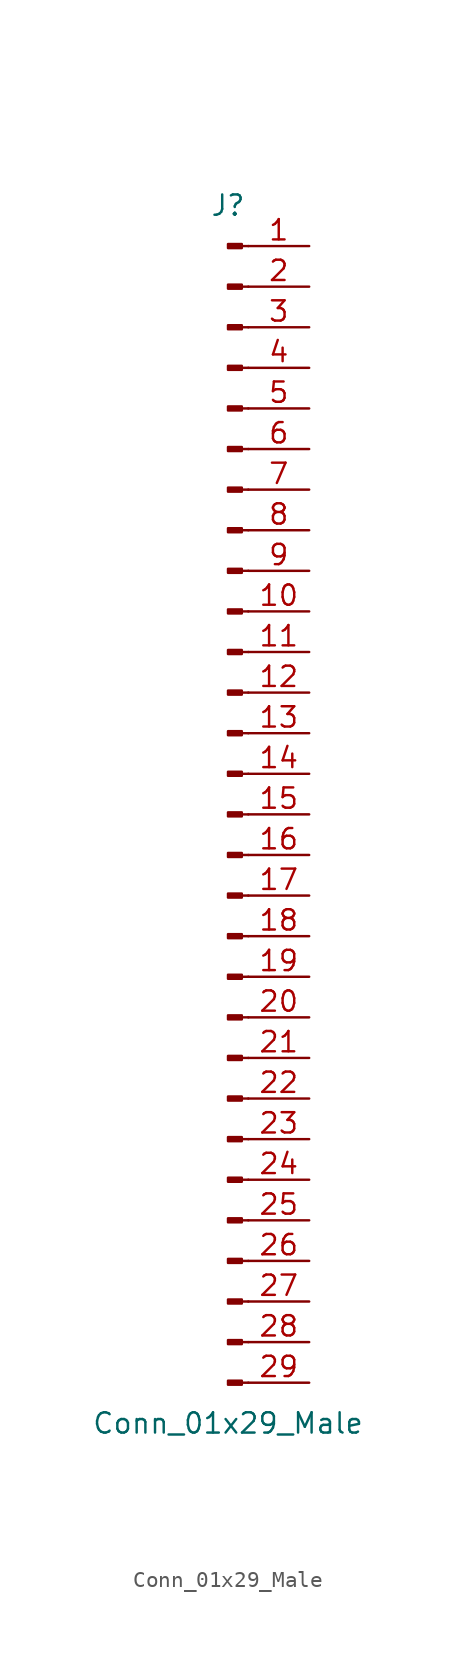
<source format=kicad_sym>
(kicad_symbol_lib
  (version 20220914)
  (generator kicad_symbol_editor)
  (symbol "Conn_01x29_Male"
    (pin_names
      (offset 1.016) hide)
    (property "Reference" "J"
      (at 0 38.1 0)
      (effects (font (size 1.27 1.27))))
    (property "Value" "Conn_01x29_Male"
      (at 0 -38.1 0)
      (effects (font (size 1.27 1.27))))
    (symbol "Conn_01x29_Male_1_1"
      (polyline (pts (xy 1.27 -35.56) (xy 0.864 -35.56)) (stroke (width 0.152) (type default)) (fill (type none)))
      (polyline (pts (xy 1.27 -33.02) (xy 0.864 -33.02)) (stroke (width 0.152) (type default)) (fill (type none)))
      (polyline (pts (xy 1.27 -30.48) (xy 0.864 -30.48)) (stroke (width 0.152) (type default)) (fill (type none)))
      (polyline (pts (xy 1.27 -27.94) (xy 0.864 -27.94)) (stroke (width 0.152) (type default)) (fill (type none)))
      (polyline (pts (xy 1.27 -25.4) (xy 0.864 -25.4)) (stroke (width 0.152) (type default)) (fill (type none)))
      (polyline (pts (xy 1.27 -22.86) (xy 0.864 -22.86)) (stroke (width 0.152) (type default)) (fill (type none)))
      (polyline (pts (xy 1.27 -20.32) (xy 0.864 -20.32)) (stroke (width 0.152) (type default)) (fill (type none)))
      (polyline (pts (xy 1.27 -17.78) (xy 0.864 -17.78)) (stroke (width 0.152) (type default)) (fill (type none)))
      (polyline (pts (xy 1.27 -15.24) (xy 0.864 -15.24)) (stroke (width 0.152) (type default)) (fill (type none)))
      (polyline (pts (xy 1.27 -12.7) (xy 0.864 -12.7)) (stroke (width 0.152) (type default)) (fill (type none)))
      (polyline (pts (xy 1.27 -10.16) (xy 0.864 -10.16)) (stroke (width 0.152) (type default)) (fill (type none)))
      (polyline (pts (xy 1.27 -7.62) (xy 0.864 -7.62)) (stroke (width 0.152) (type default)) (fill (type none)))
      (polyline (pts (xy 1.27 -5.08) (xy 0.864 -5.08)) (stroke (width 0.152) (type default)) (fill (type none)))
      (polyline (pts (xy 1.27 -2.54) (xy 0.864 -2.54)) (stroke (width 0.152) (type default)) (fill (type none)))
      (polyline (pts (xy 1.27 0) (xy 0.864 0)) (stroke (width 0.152) (type default)) (fill (type none)))
      (polyline (pts (xy 1.27 2.54) (xy 0.864 2.54)) (stroke (width 0.152) (type default)) (fill (type none)))
      (polyline (pts (xy 1.27 5.08) (xy 0.864 5.08)) (stroke (width 0.152) (type default)) (fill (type none)))
      (polyline (pts (xy 1.27 7.62) (xy 0.864 7.62)) (stroke (width 0.152) (type default)) (fill (type none)))
      (polyline (pts (xy 1.27 10.16) (xy 0.864 10.16)) (stroke (width 0.152) (type default)) (fill (type none)))
      (polyline (pts (xy 1.27 12.7) (xy 0.864 12.7)) (stroke (width 0.152) (type default)) (fill (type none)))
      (polyline (pts (xy 1.27 15.24) (xy 0.864 15.24)) (stroke (width 0.152) (type default)) (fill (type none)))
      (polyline (pts (xy 1.27 17.78) (xy 0.864 17.78)) (stroke (width 0.152) (type default)) (fill (type none)))
      (polyline (pts (xy 1.27 20.32) (xy 0.864 20.32)) (stroke (width 0.152) (type default)) (fill (type none)))
      (polyline (pts (xy 1.27 22.86) (xy 0.864 22.86)) (stroke (width 0.152) (type default)) (fill (type none)))
      (polyline (pts (xy 1.27 25.4) (xy 0.864 25.4)) (stroke (width 0.152) (type default)) (fill (type none)))
      (polyline (pts (xy 1.27 27.94) (xy 0.864 27.94)) (stroke (width 0.152) (type default)) (fill (type none)))
      (polyline (pts (xy 1.27 30.48) (xy 0.864 30.48)) (stroke (width 0.152) (type default)) (fill (type none)))
      (polyline (pts (xy 1.27 33.02) (xy 0.864 33.02)) (stroke (width 0.152) (type default)) (fill (type none)))
      (polyline (pts (xy 1.27 35.56) (xy 0.864 35.56)) (stroke (width 0.152) (type default)) (fill (type none)))
      (rectangle (start 0.864 -35.433) (end 0 -35.687) (stroke (width 0.152) (type default)) (fill (type outline)))
      (rectangle (start 0.864 -32.893) (end 0 -33.147) (stroke (width 0.152) (type default)) (fill (type outline)))
      (rectangle (start 0.864 -30.353) (end 0 -30.607) (stroke (width 0.152) (type default)) (fill (type outline)))
      (rectangle (start 0.864 -27.813) (end 0 -28.067) (stroke (width 0.152) (type default)) (fill (type outline)))
      (rectangle (start 0.864 -25.273) (end 0 -25.527) (stroke (width 0.152) (type default)) (fill (type outline)))
      (rectangle (start 0.864 -22.733) (end 0 -22.987) (stroke (width 0.152) (type default)) (fill (type outline)))
      (rectangle (start 0.864 -20.193) (end 0 -20.447) (stroke (width 0.152) (type default)) (fill (type outline)))
      (rectangle (start 0.864 -17.653) (end 0 -17.907) (stroke (width 0.152) (type default)) (fill (type outline)))
      (rectangle (start 0.864 -15.113) (end 0 -15.367) (stroke (width 0.152) (type default)) (fill (type outline)))
      (rectangle (start 0.864 -12.573) (end 0 -12.827) (stroke (width 0.152) (type default)) (fill (type outline)))
      (rectangle (start 0.864 -10.033) (end 0 -10.287) (stroke (width 0.152) (type default)) (fill (type outline)))
      (rectangle (start 0.864 -7.493) (end 0 -7.747) (stroke (width 0.152) (type default)) (fill (type outline)))
      (rectangle (start 0.864 -4.953) (end 0 -5.207) (stroke (width 0.152) (type default)) (fill (type outline)))
      (rectangle (start 0.864 -2.413) (end 0 -2.667) (stroke (width 0.152) (type default)) (fill (type outline)))
      (rectangle (start 0.864 0.127) (end 0 -0.127) (stroke (width 0.152) (type default)) (fill (type outline)))
      (rectangle (start 0.864 2.667) (end 0 2.413) (stroke (width 0.152) (type default)) (fill (type outline)))
      (rectangle (start 0.864 5.207) (end 0 4.953) (stroke (width 0.152) (type default)) (fill (type outline)))
      (rectangle (start 0.864 7.747) (end 0 7.493) (stroke (width 0.152) (type default)) (fill (type outline)))
      (rectangle (start 0.864 10.287) (end 0 10.033) (stroke (width 0.152) (type default)) (fill (type outline)))
      (rectangle (start 0.864 12.827) (end 0 12.573) (stroke (width 0.152) (type default)) (fill (type outline)))
      (rectangle (start 0.864 15.367) (end 0 15.113) (stroke (width 0.152) (type default)) (fill (type outline)))
      (rectangle (start 0.864 17.907) (end 0 17.653) (stroke (width 0.152) (type default)) (fill (type outline)))
      (rectangle (start 0.864 20.447) (end 0 20.193) (stroke (width 0.152) (type default)) (fill (type outline)))
      (rectangle (start 0.864 22.987) (end 0 22.733) (stroke (width 0.152) (type default)) (fill (type outline)))
      (rectangle (start 0.864 25.527) (end 0 25.273) (stroke (width 0.152) (type default)) (fill (type outline)))
      (rectangle (start 0.864 28.067) (end 0 27.813) (stroke (width 0.152) (type default)) (fill (type outline)))
      (rectangle (start 0.864 30.607) (end 0 30.353) (stroke (width 0.152) (type default)) (fill (type outline)))
      (rectangle (start 0.864 33.147) (end 0 32.893) (stroke (width 0.152) (type default)) (fill (type outline)))
      (rectangle (start 0.864 35.687) (end 0 35.433) (stroke (width 0.152) (type default)) (fill (type outline)))
      (pin passive line (at 5.08 35.56 180) (length 3.81) (name "Pin_1" (effects (font (size 1.27 1.27)))) (number "1" (effects (font (size 1.27 1.27)))))
      (pin passive line (at 5.08 12.7 180) (length 3.81) (name "Pin_10" (effects (font (size 1.27 1.27)))) (number "10" (effects (font (size 1.27 1.27)))))
      (pin passive line (at 5.08 10.16 180) (length 3.81) (name "Pin_11" (effects (font (size 1.27 1.27)))) (number "11" (effects (font (size 1.27 1.27)))))
      (pin passive line (at 5.08 7.62 180) (length 3.81) (name "Pin_12" (effects (font (size 1.27 1.27)))) (number "12" (effects (font (size 1.27 1.27)))))
      (pin passive line (at 5.08 5.08 180) (length 3.81) (name "Pin_13" (effects (font (size 1.27 1.27)))) (number "13" (effects (font (size 1.27 1.27)))))
      (pin passive line (at 5.08 2.54 180) (length 3.81) (name "Pin_14" (effects (font (size 1.27 1.27)))) (number "14" (effects (font (size 1.27 1.27)))))
      (pin passive line (at 5.08 0 180) (length 3.81) (name "Pin_15" (effects (font (size 1.27 1.27)))) (number "15" (effects (font (size 1.27 1.27)))))
      (pin passive line (at 5.08 -2.54 180) (length 3.81) (name "Pin_16" (effects (font (size 1.27 1.27)))) (number "16" (effects (font (size 1.27 1.27)))))
      (pin passive line (at 5.08 -5.08 180) (length 3.81) (name "Pin_17" (effects (font (size 1.27 1.27)))) (number "17" (effects (font (size 1.27 1.27)))))
      (pin passive line (at 5.08 -7.62 180) (length 3.81) (name "Pin_18" (effects (font (size 1.27 1.27)))) (number "18" (effects (font (size 1.27 1.27)))))
      (pin passive line (at 5.08 -10.16 180) (length 3.81) (name "Pin_19" (effects (font (size 1.27 1.27)))) (number "19" (effects (font (size 1.27 1.27)))))
      (pin passive line (at 5.08 33.02 180) (length 3.81) (name "Pin_2" (effects (font (size 1.27 1.27)))) (number "2" (effects (font (size 1.27 1.27)))))
      (pin passive line (at 5.08 -12.7 180) (length 3.81) (name "Pin_20" (effects (font (size 1.27 1.27)))) (number "20" (effects (font (size 1.27 1.27)))))
      (pin passive line (at 5.08 -15.24 180) (length 3.81) (name "Pin_21" (effects (font (size 1.27 1.27)))) (number "21" (effects (font (size 1.27 1.27)))))
      (pin passive line (at 5.08 -17.78 180) (length 3.81) (name "Pin_22" (effects (font (size 1.27 1.27)))) (number "22" (effects (font (size 1.27 1.27)))))
      (pin passive line (at 5.08 -20.32 180) (length 3.81) (name "Pin_23" (effects (font (size 1.27 1.27)))) (number "23" (effects (font (size 1.27 1.27)))))
      (pin passive line (at 5.08 -22.86 180) (length 3.81) (name "Pin_24" (effects (font (size 1.27 1.27)))) (number "24" (effects (font (size 1.27 1.27)))))
      (pin passive line (at 5.08 -25.4 180) (length 3.81) (name "Pin_25" (effects (font (size 1.27 1.27)))) (number "25" (effects (font (size 1.27 1.27)))))
      (pin passive line (at 5.08 -27.94 180) (length 3.81) (name "Pin_26" (effects (font (size 1.27 1.27)))) (number "26" (effects (font (size 1.27 1.27)))))
      (pin passive line (at 5.08 -30.48 180) (length 3.81) (name "Pin_27" (effects (font (size 1.27 1.27)))) (number "27" (effects (font (size 1.27 1.27)))))
      (pin passive line (at 5.08 -33.02 180) (length 3.81) (name "Pin_28" (effects (font (size 1.27 1.27)))) (number "28" (effects (font (size 1.27 1.27)))))
      (pin passive line (at 5.08 -35.56 180) (length 3.81) (name "Pin_29" (effects (font (size 1.27 1.27)))) (number "29" (effects (font (size 1.27 1.27)))))
      (pin passive line (at 5.08 30.48 180) (length 3.81) (name "Pin_3" (effects (font (size 1.27 1.27)))) (number "3" (effects (font (size 1.27 1.27)))))
      (pin passive line (at 5.08 27.94 180) (length 3.81) (name "Pin_4" (effects (font (size 1.27 1.27)))) (number "4" (effects (font (size 1.27 1.27)))))
      (pin passive line (at 5.08 25.4 180) (length 3.81) (name "Pin_5" (effects (font (size 1.27 1.27)))) (number "5" (effects (font (size 1.27 1.27)))))
      (pin passive line (at 5.08 22.86 180) (length 3.81) (name "Pin_6" (effects (font (size 1.27 1.27)))) (number "6" (effects (font (size 1.27 1.27)))))
      (pin passive line (at 5.08 20.32 180) (length 3.81) (name "Pin_7" (effects (font (size 1.27 1.27)))) (number "7" (effects (font (size 1.27 1.27)))))
      (pin passive line (at 5.08 17.78 180) (length 3.81) (name "Pin_8" (effects (font (size 1.27 1.27)))) (number "8" (effects (font (size 1.27 1.27)))))
      (pin passive line (at 5.08 15.24 180) (length 3.81) (name "Pin_9" (effects (font (size 1.27 1.27)))) (number "9" (effects (font (size 1.27 1.27))))))))
</source>
